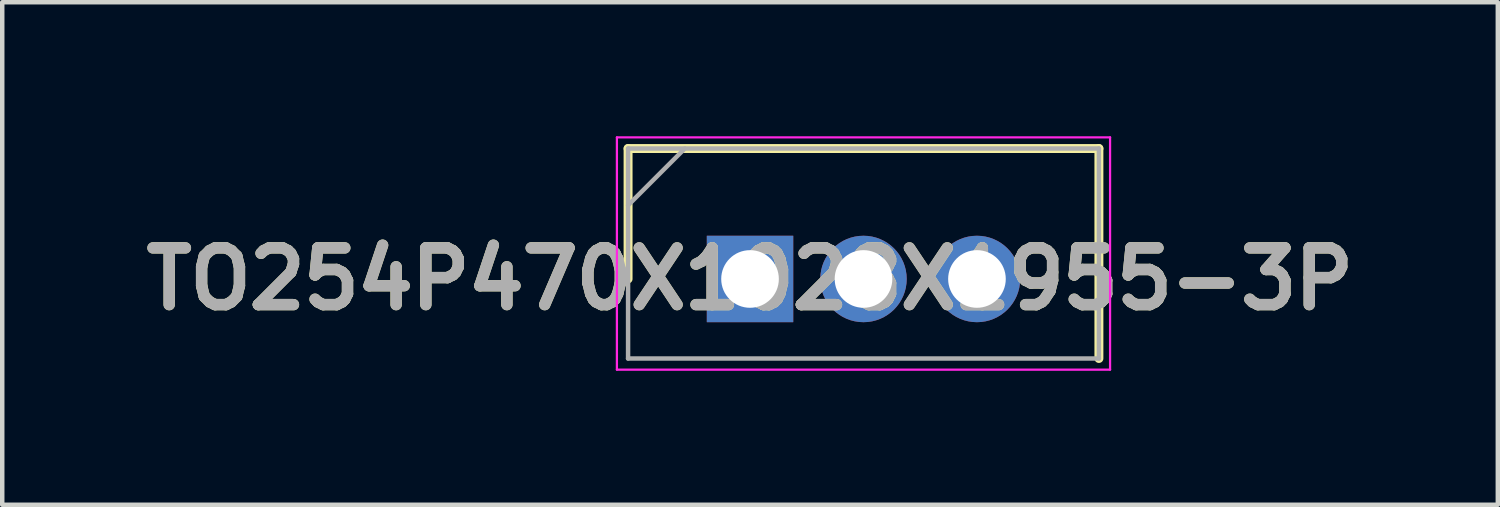
<source format=kicad_pcb>
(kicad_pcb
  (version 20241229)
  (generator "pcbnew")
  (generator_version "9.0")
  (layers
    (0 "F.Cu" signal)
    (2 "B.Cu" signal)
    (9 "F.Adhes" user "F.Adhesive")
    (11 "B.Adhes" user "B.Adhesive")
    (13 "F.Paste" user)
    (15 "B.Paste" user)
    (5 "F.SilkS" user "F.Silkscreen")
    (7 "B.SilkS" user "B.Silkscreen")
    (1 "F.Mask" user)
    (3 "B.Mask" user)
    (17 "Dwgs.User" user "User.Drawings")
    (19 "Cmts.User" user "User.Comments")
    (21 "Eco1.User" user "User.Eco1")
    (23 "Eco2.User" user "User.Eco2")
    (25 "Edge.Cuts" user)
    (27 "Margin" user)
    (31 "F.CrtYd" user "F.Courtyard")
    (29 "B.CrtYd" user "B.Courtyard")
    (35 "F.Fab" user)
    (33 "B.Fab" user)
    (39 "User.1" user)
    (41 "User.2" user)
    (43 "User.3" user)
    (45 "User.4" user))
  (footprint "TO254P470X1028X1955-3P"
    (layer "F.Cu")
    (at 13.74 3.195)
    (property "Reference" "TO254P470X1028X1955-3P" (at 0 0 0) (layer "F.SilkS") (effects (font (size 1.27 1.27) (thickness 0.254))))
    (attr through_hole)
    (fp_line (start -2.73 -2.92) (end -2.73 0) (stroke (width 0.2) (type solid)) (layer "F.SilkS"))
    (fp_line (start 7.81 -2.92) (end -2.73 -2.92) (stroke (width 0.2) (type solid)) (layer "F.SilkS"))
    (fp_line (start 7.81 1.78) (end 7.81 -2.92) (stroke (width 0.2) (type solid)) (layer "F.SilkS"))
    (fp_line (start -2.98 -3.17) (end 8.06 -3.17) (stroke (width 0.05) (type solid)) (layer "F.CrtYd"))
    (fp_line (start -2.98 2.03) (end -2.98 -3.17) (stroke (width 0.05) (type solid)) (layer "F.CrtYd"))
    (fp_line (start 8.06 -3.17) (end 8.06 2.03) (stroke (width 0.05) (type solid)) (layer "F.CrtYd"))
    (fp_line (start 8.06 2.03) (end -2.98 2.03) (stroke (width 0.05) (type solid)) (layer "F.CrtYd"))
    (fp_line (start -2.73 -2.92) (end 7.81 -2.92) (stroke (width 0.1) (type solid)) (layer "F.Fab"))
    (fp_line (start -2.73 -1.65) (end -1.46 -2.92) (stroke (width 0.1) (type solid)) (layer "F.Fab"))
    (fp_line (start -2.73 1.78) (end -2.73 -2.92) (stroke (width 0.1) (type solid)) (layer "F.Fab"))
    (fp_line (start 7.81 -2.92) (end 7.81 1.78) (stroke (width 0.1) (type solid)) (layer "F.Fab"))
    (fp_line (start 7.81 1.78) (end -2.73 1.78) (stroke (width 0.1) (type solid)) (layer "F.Fab"))
    (fp_text user "${REFERENCE}" (at 0 0 0) (layer "F.Fab") (effects (font (size 1.27 1.27) (thickness 0.254))))
    (pad "1" thru_hole rect (at 0 0) (size 1.935 1.935) (drill 1.29) (layers "*.Cu" "*.Mask"))
    (pad "2" thru_hole circle (at 2.54 0) (size 1.935 1.935) (drill 1.29) (layers "*.Cu" "*.Mask"))
    (pad "3" thru_hole circle (at 5.08 0) (size 1.935 1.935) (drill 1.29) (layers "*.Cu" "*.Mask")))
  (gr_rect
    (start -3 -3)
    (end 30.48 8.25)
    (stroke (width 0.1) (type default))
    (fill no)
    (layer "Edge.Cuts")))
</source>
